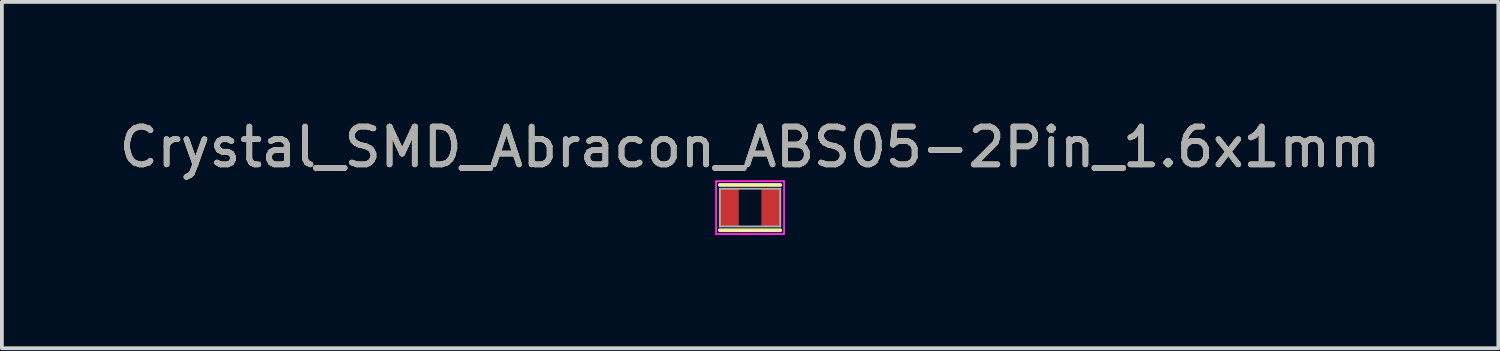
<source format=kicad_pcb>
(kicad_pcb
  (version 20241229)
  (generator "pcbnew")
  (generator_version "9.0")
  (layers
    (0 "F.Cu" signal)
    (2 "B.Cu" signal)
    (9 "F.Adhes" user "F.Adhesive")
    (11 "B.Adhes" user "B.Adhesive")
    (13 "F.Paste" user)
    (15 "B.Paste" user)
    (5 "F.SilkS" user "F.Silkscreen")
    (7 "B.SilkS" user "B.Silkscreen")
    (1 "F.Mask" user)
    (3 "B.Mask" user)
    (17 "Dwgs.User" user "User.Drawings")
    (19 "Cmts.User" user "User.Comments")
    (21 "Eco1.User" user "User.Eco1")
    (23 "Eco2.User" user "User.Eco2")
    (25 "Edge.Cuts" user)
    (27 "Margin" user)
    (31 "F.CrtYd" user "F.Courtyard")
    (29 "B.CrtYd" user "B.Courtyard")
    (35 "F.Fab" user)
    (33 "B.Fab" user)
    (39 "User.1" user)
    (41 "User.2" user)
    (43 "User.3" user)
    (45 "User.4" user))
  (footprint "Crystal_SMD_Abracon_ABS05-2Pin_1.6x1mm"
    (layer "F.Cu")
    (at 16.815 2.448)
    (property "Reference" "Crystal_SMD_Abracon_ABS05-2Pin_1.6x1mm" (at 0 -1.6 0) (layer "F.SilkS") (effects (font (size 1 1) (thickness 0.15))))
    (attr smd)
    (fp_line (start -0.8 -0.6) (end 0.8 -0.6) (stroke (width 0.1) (type solid)) (layer "F.SilkS"))
    (fp_line (start -0.8 0.6) (end 0.8 0.6) (stroke (width 0.1) (type solid)) (layer "F.SilkS"))
    (fp_line (start -0.9 -0.7) (end -0.9 0.7) (stroke (width 0.05) (type solid)) (layer "F.CrtYd"))
    (fp_line (start -0.9 -0.7) (end 0.9 -0.7) (stroke (width 0.05) (type solid)) (layer "F.CrtYd"))
    (fp_line (start -0.9 0.7) (end 0.9 0.7) (stroke (width 0.05) (type solid)) (layer "F.CrtYd"))
    (fp_line (start 0.9 -0.7) (end 0.9 0.7) (stroke (width 0.05) (type solid)) (layer "F.CrtYd"))
    (fp_line (start -0.8 -0.5) (end -0.8 0.5) (stroke (width 0.05) (type solid)) (layer "F.Fab"))
    (fp_line (start -0.8 -0.5) (end 0.8 -0.5) (stroke (width 0.05) (type solid)) (layer "F.Fab"))
    (fp_line (start -0.8 0.5) (end 0.8 0.5) (stroke (width 0.05) (type solid)) (layer "F.Fab"))
    (fp_line (start 0.8 -0.5) (end 0.8 0.5) (stroke (width 0.05) (type solid)) (layer "F.Fab"))
    (fp_text user "${REFERENCE}" (at 0 -1.6 0) (layer "F.Fab") (effects (font (size 1 1) (thickness 0.15))))
    (pad "1" smd rect (at -0.55 0) (size 0.5 1) (layers "F.Cu" "F.Mask" "F.Paste"))
    (pad "2" smd rect (at 0.55 0) (size 0.5 1) (layers "F.Cu" "F.Mask" "F.Paste")))
  (gr_rect
    (start -3 -3)
    (end 36.631 6.173)
    (stroke (width 0.1) (type default))
    (fill no)
    (layer "Edge.Cuts")))
</source>
